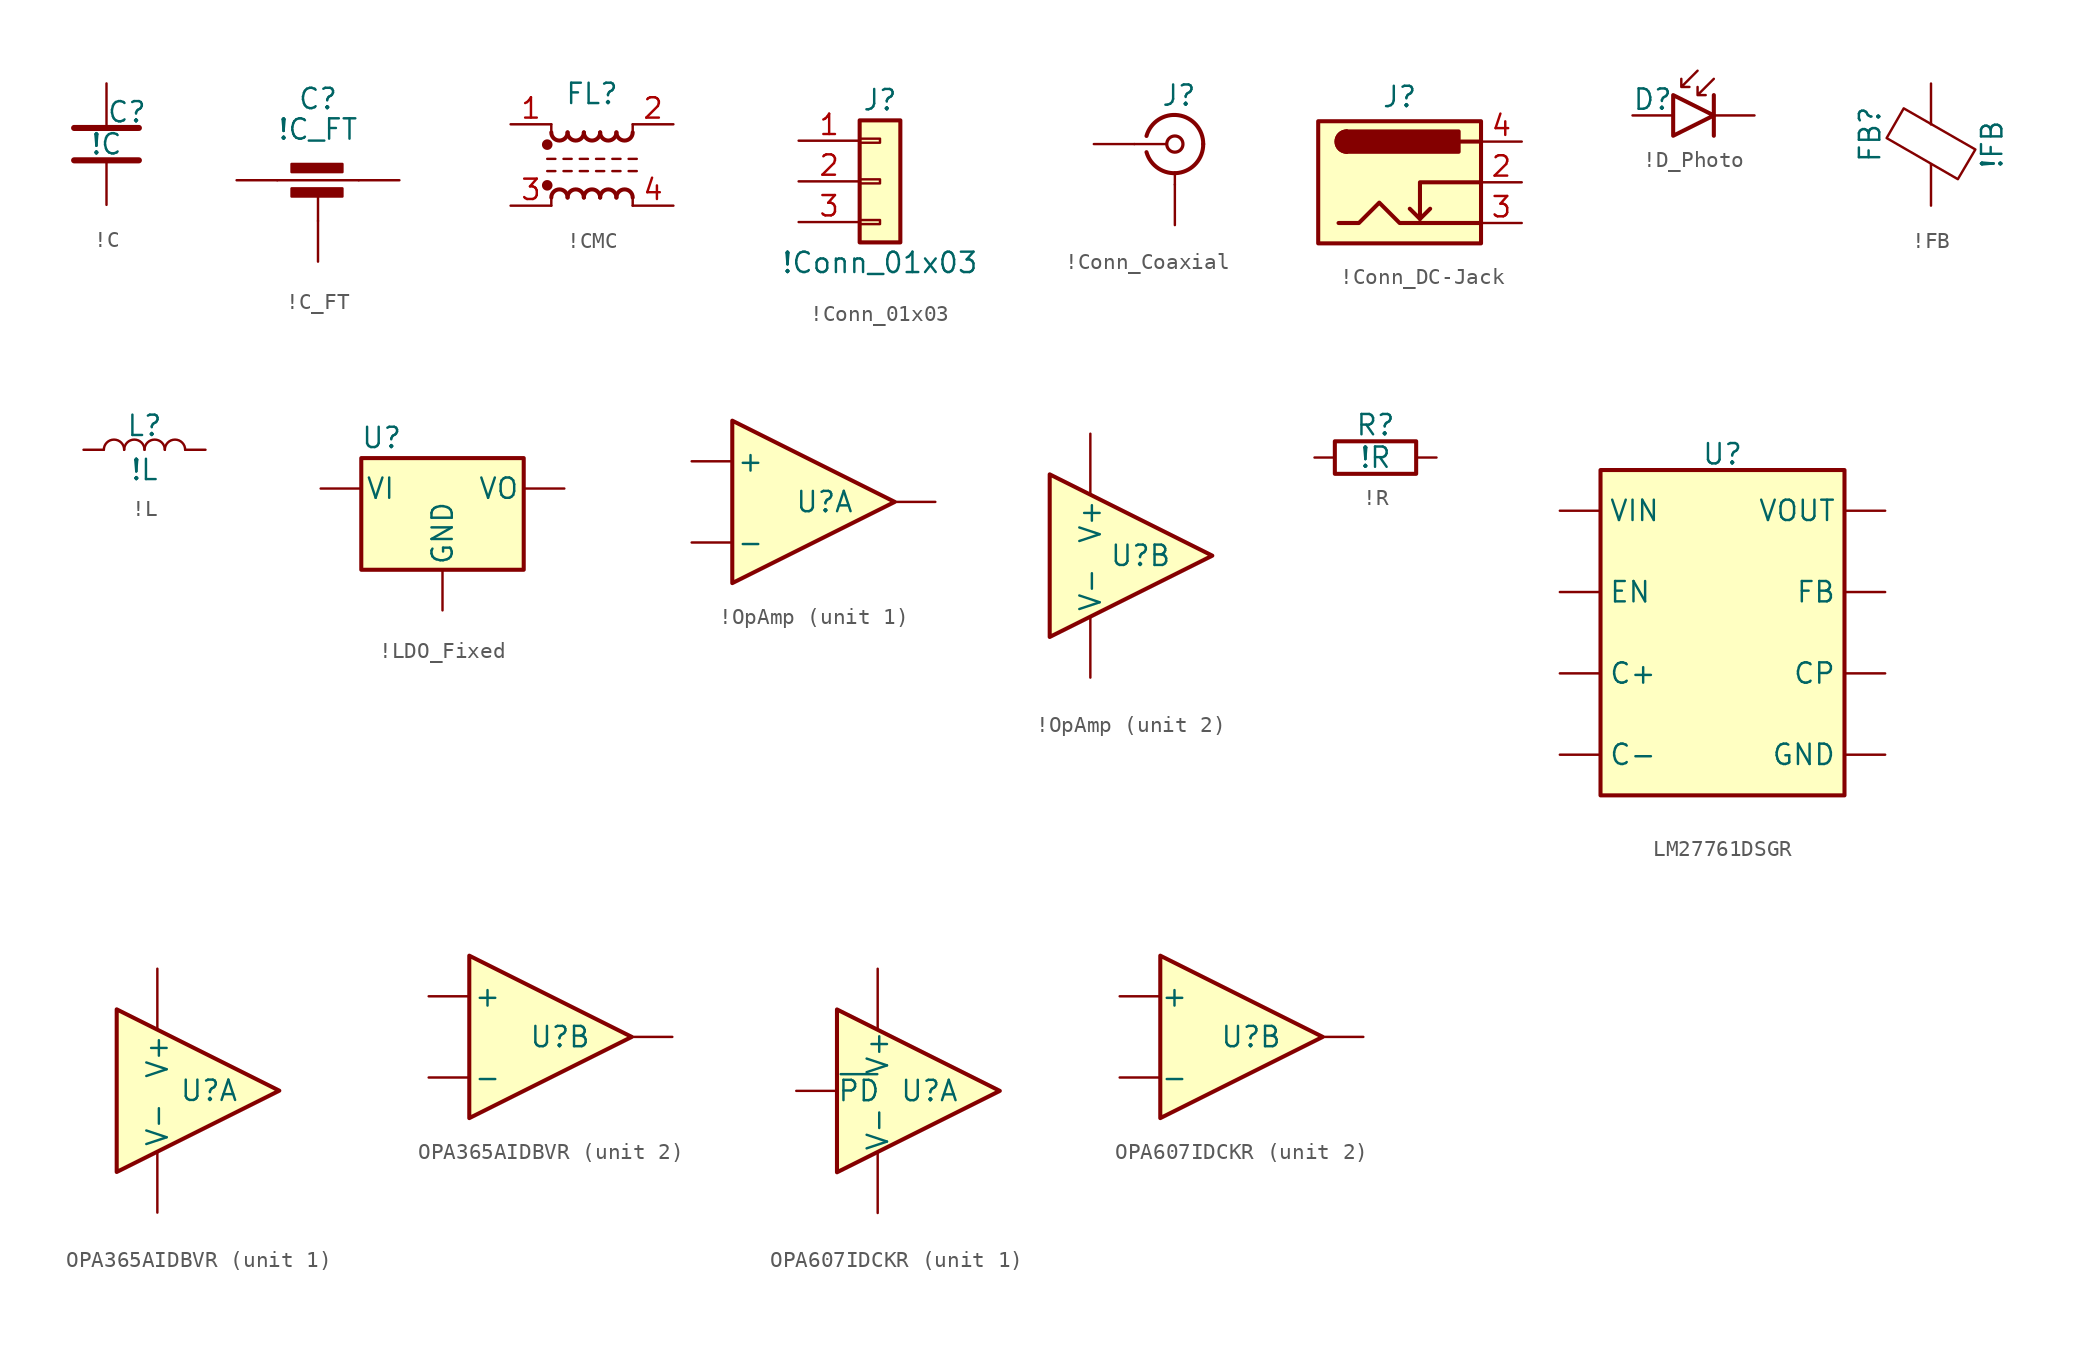
<source format=kicad_sym>
(kicad_symbol_lib
  (version 20241209)
  (generator "kicad_symbol_editor")
  (generator_version "9.0")
  (symbol "!C"
    (pin_numbers
      (hide yes))
    (pin_names
      (offset 0.254))
    (property "Reference" "C"
      (at 0 1.27 0)
      (effects (font (size 1.27 1.27)) (justify left bottom)))
    (property "Value" "!C"
      (at 0 0 0)
      (effects (font (size 1.27 1.27))))
    (symbol "!C_1_1"
      (polyline (pts (xy -2.032 1.016) (xy 2.032 1.016)) (stroke (width 0.381) (type solid)) (fill (type none)))
      (polyline (pts (xy -2.032 -1.016) (xy 2.032 -1.016)) (stroke (width 0.381) (type solid)) (fill (type none)))
      (pin passive line (at 0 3.81 270) (length 2.794) (name "~" (effects (font (size 1.27 1.27)))) (number "1" (effects (font (size 1.27 1.27)))))
      (pin passive line (at 0 -3.81 90) (length 2.794) (name "~" (effects (font (size 1.27 1.27)))) (number "2" (effects (font (size 1.27 1.27)))))))
  (symbol "!C_FT"
    (pin_numbers
      (hide yes))
    (pin_names
      (offset 0.254)
      (hide yes))
    (property "Reference" "C"
      (at 0 7.62 0)
      (effects (font (size 1.27 1.27))))
    (property "Value" "!C_FT"
      (at 0 5.715 0)
      (effects (font (size 1.27 1.27))))
    (symbol "!C_FT_0_1"
      (polyline (pts (xy -2.54 2.54) (xy 2.54 2.54)) (stroke (width 0) (type default)) (fill (type none)))
      (rectangle (start -1.651 1.524) (end 1.524 2.032) (stroke (width 0) (type default)) (fill (type outline)))
      (polyline (pts (xy 0 0) (xy 0 1.778)) (stroke (width 0) (type default)) (fill (type none)))
      (rectangle (start 1.524 3.048) (end -1.651 3.556) (stroke (width 0) (type default)) (fill (type outline))))
    (symbol "!C_FT_1_1"
      (pin passive line (at -5.08 2.54 0) (length 2.54) (name "1" (effects (font (size 1.27 1.27)))) (number "1" (effects (font (size 1.27 1.27)))))
      (pin passive line (at 0 -2.54 90) (length 2.54) (name "2" (effects (font (size 1.27 1.27)))) (number "2" (effects (font (size 1.27 1.27)))))
      (pin passive line (at 5.08 2.54 180) (length 2.54) (name "3" (effects (font (size 1.27 1.27)))) (number "3" (effects (font (size 1.27 1.27)))))))
  (symbol "!CMC"
    (pin_names
      (offset 0.254)
      (hide yes))
    (property "Reference" "FL"
      (at 0 4.445 0)
      (effects (font (size 1.27 1.27))))
    (symbol "!CMC_0_1"
      (circle (center -2.794 1.27) (radius 0.254) (stroke (width 0) (type default)) (fill (type outline)))
      (polyline (pts (xy -2.794 0.381) (xy -2.286 0.381)) (stroke (width 0) (type default)) (fill (type none)))
      (polyline (pts (xy -2.794 -0.381) (xy -2.286 -0.381)) (stroke (width 0) (type default)) (fill (type none)))
      (circle (center -2.794 -1.27) (radius 0.254) (stroke (width 0) (type default)) (fill (type outline)))
      (polyline (pts (xy -2.54 2.032) (xy -2.54 2.54)) (stroke (width 0) (type default)) (fill (type none)))
      (polyline (pts (xy -2.54 -2.032) (xy -2.54 -2.54)) (stroke (width 0) (type default)) (fill (type none)))
      (arc (start -1.524 2.032) (mid -2.032 1.5262) (end -2.54 2.032) (stroke (width 0.254) (type default)) (fill (type none)))
      (arc (start -2.54 -2.032) (mid -2.032 -1.5262) (end -1.524 -2.032) (stroke (width 0.254) (type default)) (fill (type none)))
      (polyline (pts (xy -1.778 0.381) (xy -1.27 0.381)) (stroke (width 0) (type default)) (fill (type none)))
      (polyline (pts (xy -1.778 -0.381) (xy -1.27 -0.381)) (stroke (width 0) (type default)) (fill (type none)))
      (arc (start -0.508 2.032) (mid -1.016 1.5262) (end -1.524 2.032) (stroke (width 0.254) (type default)) (fill (type none)))
      (arc (start -1.524 -2.032) (mid -1.016 -1.5262) (end -0.508 -2.032) (stroke (width 0.254) (type default)) (fill (type none)))
      (polyline (pts (xy -0.762 0.381) (xy -0.254 0.381)) (stroke (width 0) (type default)) (fill (type none)))
      (polyline (pts (xy -0.762 -0.381) (xy -0.254 -0.381)) (stroke (width 0) (type default)) (fill (type none)))
      (arc (start 0.508 2.032) (mid 0 1.5262) (end -0.508 2.032) (stroke (width 0.254) (type default)) (fill (type none)))
      (arc (start -0.508 -2.032) (mid 0 -1.5262) (end 0.508 -2.032) (stroke (width 0.254) (type default)) (fill (type none)))
      (polyline (pts (xy 0.254 0.381) (xy 0.762 0.381)) (stroke (width 0) (type default)) (fill (type none)))
      (polyline (pts (xy 0.254 -0.381) (xy 0.762 -0.381)) (stroke (width 0) (type default)) (fill (type none)))
      (arc (start 1.524 2.032) (mid 1.016 1.5262) (end 0.508 2.032) (stroke (width 0.254) (type default)) (fill (type none)))
      (arc (start 0.508 -2.032) (mid 1.016 -1.5262) (end 1.524 -2.032) (stroke (width 0.254) (type default)) (fill (type none)))
      (polyline (pts (xy 1.27 0.381) (xy 1.778 0.381)) (stroke (width 0) (type default)) (fill (type none)))
      (polyline (pts (xy 1.27 -0.381) (xy 1.778 -0.381)) (stroke (width 0) (type default)) (fill (type none)))
      (arc (start 2.54 2.032) (mid 2.032 1.5262) (end 1.524 2.032) (stroke (width 0.254) (type default)) (fill (type none)))
      (arc (start 1.524 -2.032) (mid 2.032 -1.5262) (end 2.54 -2.032) (stroke (width 0.254) (type default)) (fill (type none)))
      (polyline (pts (xy 2.286 0.381) (xy 2.794 0.381)) (stroke (width 0) (type default)) (fill (type none)))
      (polyline (pts (xy 2.286 -0.381) (xy 2.794 -0.381)) (stroke (width 0) (type default)) (fill (type none)))
      (polyline (pts (xy 2.54 2.54) (xy 2.54 2.032)) (stroke (width 0) (type default)) (fill (type none)))
      (polyline (pts (xy 2.54 -2.032) (xy 2.54 -2.54)) (stroke (width 0) (type default)) (fill (type none))))
    (symbol "!CMC_1_1"
      (pin passive line (at -5.08 2.54 0) (length 2.54) (name "1" (effects (font (size 1.27 1.27)))) (number "1" (effects (font (size 1.27 1.27)))))
      (pin passive line (at -5.08 -2.54 0) (length 2.54) (name "3" (effects (font (size 1.27 1.27)))) (number "3" (effects (font (size 1.27 1.27)))))
      (pin passive line (at 5.08 2.54 180) (length 2.54) (name "2" (effects (font (size 1.27 1.27)))) (number "2" (effects (font (size 1.27 1.27)))))
      (pin passive line (at 5.08 -2.54 180) (length 2.54) (name "4" (effects (font (size 1.27 1.27)))) (number "4" (effects (font (size 1.27 1.27)))))))
  (symbol "!Conn_01x03"
    (pin_names
      (offset 1.016)
      (hide yes))
    (property "Reference" "J"
      (at 0 5.08 0)
      (effects (font (size 1.27 1.27))))
    (property "Value" "!Conn_01x03"
      (at 0 -5.08 0)
      (effects (font (size 1.27 1.27))))
    (symbol "!Conn_01x03_1_1"
      (rectangle (start -1.27 3.81) (end 1.27 -3.81) (stroke (width 0.254) (type default)) (fill (type background)))
      (rectangle (start -1.27 2.667) (end 0 2.413) (stroke (width 0.152) (type default)) (fill (type none)))
      (rectangle (start -1.27 0.127) (end 0 -0.127) (stroke (width 0.152) (type default)) (fill (type none)))
      (rectangle (start -1.27 -2.413) (end 0 -2.667) (stroke (width 0.152) (type default)) (fill (type none)))
      (pin passive line (at -5.08 2.54 0) (length 3.81) (name "Pin_1" (effects (font (size 1.27 1.27)))) (number "1" (effects (font (size 1.27 1.27)))))
      (pin passive line (at -5.08 0 0) (length 3.81) (name "Pin_2" (effects (font (size 1.27 1.27)))) (number "2" (effects (font (size 1.27 1.27)))))
      (pin passive line (at -5.08 -2.54 0) (length 3.81) (name "Pin_3" (effects (font (size 1.27 1.27)))) (number "3" (effects (font (size 1.27 1.27)))))))
  (symbol "!Conn_Coaxial"
    (pin_numbers
      (hide yes))
    (pin_names
      (offset 1.016)
      (hide yes))
    (property "Reference" "J"
      (at 0.254 3.048 0)
      (effects (font (size 1.27 1.27))))
    (symbol "!Conn_Coaxial_0_1"
      (polyline (pts (xy -2.54 0) (xy -0.508 0)) (stroke (width 0) (type default)) (fill (type none)))
      (arc (start 1.778 0) (mid 0.222 -1.8079) (end -1.778 -0.508) (stroke (width 0.254) (type default)) (fill (type none)))
      (arc (start -1.778 0.508) (mid 0.2221 1.8084) (end 1.778 0) (stroke (width 0.254) (type default)) (fill (type none)))
      (circle (center 0 0) (radius 0.508) (stroke (width 0.203) (type default)) (fill (type none)))
      (polyline (pts (xy 0 -2.54) (xy 0 -1.778)) (stroke (width 0) (type default)) (fill (type none))))
    (symbol "!Conn_Coaxial_1_1"
      (pin passive line (at -5.08 0 0) (length 2.54) (name "In" (effects (font (size 1.27 1.27)))) (number "1" (effects (font (size 1.27 1.27)))))
      (pin passive line (at 0 -5.08 90) (length 2.54) (name "Ext" (effects (font (size 1.27 1.27)))) (number "2" (effects (font (size 1.27 1.27)))))))
  (symbol "!Conn_DC-Jack"
    (pin_names
      (hide yes))
    (property "Reference" "J"
      (at 0 5.334 0)
      (effects (font (size 1.27 1.27))))
    (symbol "!Conn_DC-Jack_0_1"
      (rectangle (start -5.08 3.81) (end 5.08 -3.81) (stroke (width 0.254) (type default)) (fill (type background)))
      (polyline (pts (xy -3.81 -2.54) (xy -2.54 -2.54) (xy -1.27 -1.27) (xy 0 -2.54) (xy 2.54 -2.54) (xy 5.08 -2.54)) (stroke (width 0.254) (type default)) (fill (type none)))
      (arc (start -3.302 1.905) (mid -3.9343 2.54) (end -3.302 3.175) (stroke (width 0.254) (type default)) (fill (type none)))
      (arc (start -3.302 1.905) (mid -3.9343 2.54) (end -3.302 3.175) (stroke (width 0.254) (type default)) (fill (type outline)))
      (polyline (pts (xy 1.27 -2.286) (xy 1.905 -1.651)) (stroke (width 0.254) (type default)) (fill (type none)))
      (rectangle (start 3.683 3.175) (end -3.302 1.905) (stroke (width 0.254) (type default)) (fill (type outline)))
      (polyline (pts (xy 5.08 2.54) (xy 3.81 2.54)) (stroke (width 0.254) (type default)) (fill (type none)))
      (polyline (pts (xy 5.08 0) (xy 1.27 0) (xy 1.27 -2.286) (xy 0.635 -1.651)) (stroke (width 0.254) (type default)) (fill (type none))))
    (symbol "!Conn_DC-Jack_1_1"
      (pin passive line (at 7.62 2.54 180) (length 2.54) (name "~" (effects (font (size 1.27 1.27)))) (number "4" (effects (font (size 1.27 1.27)))))
      (pin passive line (at 7.62 0 180) (length 2.54) (name "~" (effects (font (size 1.27 1.27)))) (number "2" (effects (font (size 1.27 1.27)))))
      (pin passive line (at 7.62 -2.54 180) (length 2.54) (name "~" (effects (font (size 1.27 1.27)))) (number "3" (effects (font (size 1.27 1.27)))))))
  (symbol "!D_Photo"
    (pin_numbers
      (hide yes))
    (pin_names
      (hide yes))
    (property "Reference" "D"
      (at -1.27 0.254 0)
      (effects (font (size 1.27 1.27)) (justify right bottom)))
    (symbol "!D_Photo_0_1"
      (polyline (pts (xy -1.27 -1.27) (xy -1.27 1.27) (xy 1.27 0) (xy -1.27 -1.27)) (stroke (width 0.254) (type default)) (fill (type none)))
      (polyline (pts (xy 0.254 2.794) (xy -0.762 1.778) (xy -0.762 2.286) (xy -0.762 1.778) (xy -0.254 1.778)) (stroke (width 0) (type default)) (fill (type none)))
      (polyline (pts (xy 1.27 2.286) (xy 0.254 1.27) (xy 0.254 1.778) (xy 0.254 1.27) (xy 0.762 1.27)) (stroke (width 0) (type default)) (fill (type none)))
      (polyline (pts (xy 1.27 1.27) (xy 1.27 -1.27)) (stroke (width 0.254) (type default)) (fill (type none))))
    (symbol "!D_Photo_1_1"
      (pin passive line (at -3.81 0 0) (length 2.54) (name "A" (effects (font (size 1.27 1.27)))) (number "A" (effects (font (size 1.27 1.27)))))
      (pin passive line (at 3.81 0 180) (length 2.54) (name "K" (effects (font (size 1.27 1.27)))) (number "K" (effects (font (size 1.27 1.27)))))))
  (symbol "!FB"
    (pin_numbers
      (hide yes))
    (pin_names
      (offset 0))
    (property "Reference" "FB"
      (at -3.81 0.635 90)
      (effects (font (size 1.27 1.27))))
    (property "Value" "!FB"
      (at 3.81 0 90)
      (effects (font (size 1.27 1.27))))
    (symbol "!FB_0_1"
      (polyline (pts (xy -2.769 0.406) (xy -1.702 2.261) (xy 2.769 -0.305) (xy 1.676 -2.159) (xy -2.769 0.406)) (stroke (width 0) (type default)) (fill (type none)))
      (polyline (pts (xy 0 1.27) (xy 0 1.295)) (stroke (width 0) (type default)) (fill (type none)))
      (polyline (pts (xy 0 -1.27) (xy 0 -1.219)) (stroke (width 0) (type default)) (fill (type none))))
    (symbol "!FB_1_1"
      (pin passive line (at 0 3.81 270) (length 2.54) (name "~" (effects (font (size 1.27 1.27)))) (number "1" (effects (font (size 1.27 1.27)))))
      (pin passive line (at 0 -3.81 90) (length 2.54) (name "~" (effects (font (size 1.27 1.27)))) (number "2" (effects (font (size 1.27 1.27)))))))
  (symbol "!L"
    (pin_numbers
      (hide yes))
    (pin_names
      (offset 1.016)
      (hide yes))
    (property "Reference" "L"
      (at 0 0.762 0)
      (effects (font (size 1.27 1.27)) (justify bottom)))
    (property "Value" "!L"
      (at 0 -0.508 0)
      (effects (font (size 1.27 1.27)) (justify top)))
    (symbol "!L_0_1"
      (arc (start -2.54 0) (mid -1.905 0.6323) (end -1.27 0) (stroke (width 0) (type default)) (fill (type none)))
      (arc (start -1.27 0) (mid -0.635 0.6323) (end 0 0) (stroke (width 0) (type default)) (fill (type none)))
      (arc (start 0 0) (mid 0.635 0.6323) (end 1.27 0) (stroke (width 0) (type default)) (fill (type none)))
      (arc (start 1.27 0) (mid 1.905 0.6323) (end 2.54 0) (stroke (width 0) (type default)) (fill (type none))))
    (symbol "!L_1_1"
      (pin passive line (at -3.81 0 0) (length 1.27) (name "1" (effects (font (size 1.27 1.27)))) (number "1" (effects (font (size 1.27 1.27)))))
      (pin passive line (at 3.81 0 180) (length 1.27) (name "2" (effects (font (size 1.27 1.27)))) (number "2" (effects (font (size 1.27 1.27)))))))
  (symbol "!LDO_Fixed"
    (pin_numbers
      (hide yes))
    (pin_names
      (offset 0.254))
    (property "Reference" "U"
      (at -3.81 3.175 0)
      (effects (font (size 1.27 1.27))))
    (symbol "!LDO_Fixed_0_1"
      (rectangle (start -5.08 1.905) (end 5.08 -5.08) (stroke (width 0.254) (type default)) (fill (type background))))
    (symbol "!LDO_Fixed_1_1"
      (pin power_in line (at -7.62 0 0) (length 2.54) (name "VI" (effects (font (size 1.27 1.27)))) (number "2" (effects (font (size 1.27 1.27)))))
      (pin power_in line (at 0 -7.62 90) (length 2.54) (name "GND" (effects (font (size 1.27 1.27)))) (number "3" (effects (font (size 1.27 1.27)))))
      (pin power_out line (at 7.62 0 180) (length 2.54) (name "VO" (effects (font (size 1.27 1.27)))) (number "1" (effects (font (size 1.27 1.27)))))))
  (symbol "!OpAmp"
    (pin_numbers
      (hide yes))
    (pin_names
      (offset 0.254))
    (property "Reference" "U"
      (at 2.54 0 0)
      (effects (font (size 1.27 1.27)) (justify right)))
    (property "ki_locked" ""
      (at 0 0 0)
      (effects (font (size 1.27 1.27))))
    (symbol "!OpAmp_0_1"
      (polyline (pts (xy 5.08 0) (xy -5.08 5.08) (xy -5.08 -5.08) (xy 5.08 0)) (stroke (width 0.254) (type default)) (fill (type background))))
    (symbol "!OpAmp_1_1"
      (pin input line (at -7.62 2.54 0) (length 2.54) (name "+" (effects (font (size 1.27 1.27)))) (number "1" (effects (font (size 1.27 1.27)))))
      (pin input line (at -7.62 -2.54 0) (length 2.54) (name "-" (effects (font (size 1.27 1.27)))) (number "2" (effects (font (size 1.27 1.27)))))
      (pin output line (at 7.62 0 180) (length 2.54) (name "~" (effects (font (size 1.27 1.27)))) (number "5" (effects (font (size 1.27 1.27))))))
    (symbol "!OpAmp_2_1"
      (pin power_in line (at -2.54 7.62 270) (length 3.81) (name "V+" (effects (font (size 1.27 1.27)))) (number "3" (effects (font (size 1.27 1.27)))))
      (pin power_in line (at -2.54 -7.62 90) (length 3.81) (name "V-" (effects (font (size 1.27 1.27)))) (number "4" (effects (font (size 1.27 1.27)))))))
  (symbol "!R"
    (pin_numbers
      (hide yes))
    (pin_names
      (offset 0))
    (property "Reference" "R"
      (at 0 2.032 0)
      (effects (font (size 1.27 1.27))))
    (property "Value" "!R"
      (at 0 0 0)
      (effects (font (size 1.27 1.27))))
    (symbol "!R_0_1"
      (rectangle (start 2.54 -1.016) (end -2.54 1.016) (stroke (width 0.254) (type default)) (fill (type none))))
    (symbol "!R_1_1"
      (pin passive line (at -3.81 0 0) (length 1.27) (name "~" (effects (font (size 1.27 1.27)))) (number "1" (effects (font (size 1.27 1.27)))))
      (pin passive line (at 3.81 0 180) (length 1.27) (name "~" (effects (font (size 1.27 1.27)))) (number "2" (effects (font (size 1.27 1.27)))))))
  (symbol "LM27761DSGR"
    (pin_numbers
      (hide yes))
    (property "Reference" "U"
      (at 0 10.414 0)
      (effects (font (size 1.27 1.27)) (justify bottom)))
    (symbol "LM27761DSGR_0_1"
      (rectangle (start -7.62 10.16) (end 7.62 -10.16) (stroke (width 0.254) (type default)) (fill (type background))))
    (symbol "LM27761DSGR_1_1"
      (pin power_in line (at -10.16 7.62 0) (length 2.54) (name "VIN" (effects (font (size 1.27 1.27)))) (number "1" (effects (font (size 1.27 1.27)))))
      (pin input line (at -10.16 2.54 0) (length 2.54) (name "EN" (effects (font (size 1.27 1.27)))) (number "6" (effects (font (size 1.27 1.27)))))
      (pin passive line (at -10.16 -2.54 0) (length 2.54) (name "C+" (effects (font (size 1.27 1.27)))) (number "8" (effects (font (size 1.27 1.27)))))
      (pin passive line (at -10.16 -7.62 0) (length 2.54) (name "C-" (effects (font (size 1.27 1.27)))) (number "7" (effects (font (size 1.27 1.27)))))
      (pin power_out line (at 10.16 7.62 180) (length 2.54) (name "VOUT" (effects (font (size 1.27 1.27)))) (number "4" (effects (font (size 1.27 1.27)))))
      (pin input line (at 10.16 2.54 180) (length 2.54) (name "FB" (effects (font (size 1.27 1.27)))) (number "5" (effects (font (size 1.27 1.27)))))
      (pin passive line (at 10.16 -2.54 180) (length 2.54) (name "CP" (effects (font (size 1.27 1.27)))) (number "3" (effects (font (size 1.27 1.27)))))
      (pin power_in line (at 10.16 -7.62 180) (length 2.54) (name "GND" (effects (font (size 1.27 1.27)))) (number "2" (effects (font (size 1.27 1.27)))))
      (pin input line (at 10.16 -7.62 180) (length 2.54) (hide yes) (name "PAD" (effects (font (size 1.27 1.27)))) (number "9" (effects (font (size 1.27 1.27)))))))
  (symbol "OPA365AIDBVR"
    (pin_numbers
      (hide yes))
    (pin_names
      (offset 0.254))
    (property "Reference" "U"
      (at 2.54 0 0)
      (effects (font (size 1.27 1.27)) (justify right)))
    (property "ki_locked" ""
      (at 0 0 0)
      (effects (font (size 1.27 1.27))))
    (symbol "OPA365AIDBVR_0_1"
      (polyline (pts (xy 5.08 0) (xy -5.08 5.08) (xy -5.08 -5.08) (xy 5.08 0)) (stroke (width 0.254) (type default)) (fill (type background))))
    (symbol "OPA365AIDBVR_1_1"
      (pin power_in line (at -2.54 7.62 270) (length 3.81) (name "V+" (effects (font (size 1.27 1.27)))) (number "5" (effects (font (size 1.27 1.27)))))
      (pin power_in line (at -2.54 -7.62 90) (length 3.81) (name "V-" (effects (font (size 1.27 1.27)))) (number "2" (effects (font (size 1.27 1.27))))))
    (symbol "OPA365AIDBVR_2_1"
      (pin input line (at -7.62 2.54 0) (length 2.54) (name "+" (effects (font (size 1.27 1.27)))) (number "3" (effects (font (size 1.27 1.27)))))
      (pin input line (at -7.62 -2.54 0) (length 2.54) (name "-" (effects (font (size 1.27 1.27)))) (number "4" (effects (font (size 1.27 1.27)))))
      (pin output line (at 7.62 0 180) (length 2.54) (name "~" (effects (font (size 1.27 1.27)))) (number "1" (effects (font (size 1.27 1.27)))))))
  (symbol "OPA607IDCKR"
    (pin_numbers
      (hide yes))
    (pin_names
      (offset 0.002))
    (property "Reference" "U"
      (at 2.54 0 0)
      (effects (font (size 1.27 1.27)) (justify right)))
    (property "ki_locked" ""
      (at 0 0 0)
      (effects (font (size 1.27 1.27))))
    (symbol "OPA607IDCKR_0_1"
      (polyline (pts (xy 5.08 0) (xy -5.08 5.08) (xy -5.08 -5.08) (xy 5.08 0)) (stroke (width 0.254) (type default)) (fill (type background))))
    (symbol "OPA607IDCKR_1_1"
      (pin input line (at -7.62 0 0) (length 2.54) (name "~{PD}" (effects (font (size 1.27 1.27)))) (number "5" (effects (font (size 1.27 1.27)))))
      (pin power_in line (at -2.54 7.62 270) (length 3.81) (name "V+" (effects (font (size 1.27 1.27)))) (number "6" (effects (font (size 1.27 1.27)))))
      (pin power_in line (at -2.54 -7.62 90) (length 3.81) (name "V-" (effects (font (size 1.27 1.27)))) (number "2" (effects (font (size 1.27 1.27))))))
    (symbol "OPA607IDCKR_2_1"
      (pin input line (at -7.62 2.54 0) (length 2.54) (name "+" (effects (font (size 1.27 1.27)))) (number "1" (effects (font (size 1.27 1.27)))))
      (pin input line (at -7.62 -2.54 0) (length 2.54) (name "-" (effects (font (size 1.27 1.27)))) (number "3" (effects (font (size 1.27 1.27)))))
      (pin output line (at 7.62 0 180) (length 2.54) (name "~" (effects (font (size 1.27 1.27)))) (number "4" (effects (font (size 1.27 1.27))))))))
</source>
